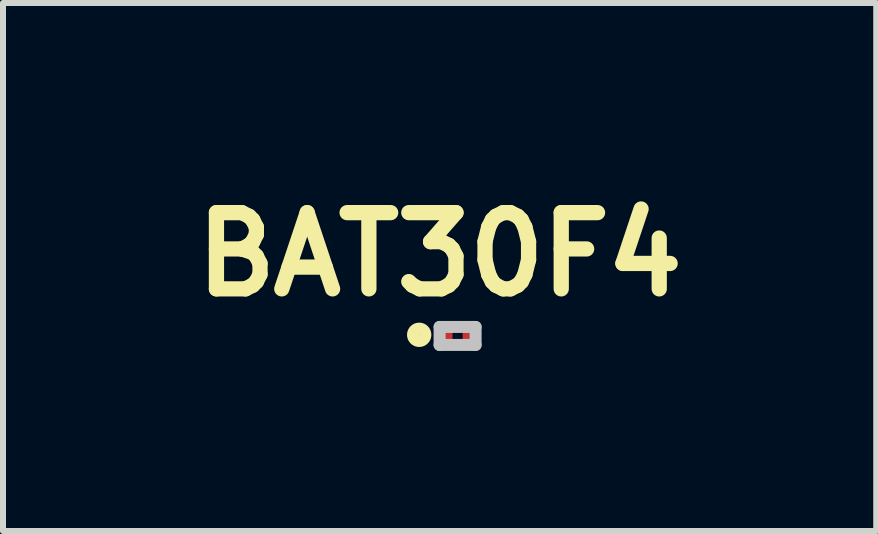
<source format=kicad_pcb>
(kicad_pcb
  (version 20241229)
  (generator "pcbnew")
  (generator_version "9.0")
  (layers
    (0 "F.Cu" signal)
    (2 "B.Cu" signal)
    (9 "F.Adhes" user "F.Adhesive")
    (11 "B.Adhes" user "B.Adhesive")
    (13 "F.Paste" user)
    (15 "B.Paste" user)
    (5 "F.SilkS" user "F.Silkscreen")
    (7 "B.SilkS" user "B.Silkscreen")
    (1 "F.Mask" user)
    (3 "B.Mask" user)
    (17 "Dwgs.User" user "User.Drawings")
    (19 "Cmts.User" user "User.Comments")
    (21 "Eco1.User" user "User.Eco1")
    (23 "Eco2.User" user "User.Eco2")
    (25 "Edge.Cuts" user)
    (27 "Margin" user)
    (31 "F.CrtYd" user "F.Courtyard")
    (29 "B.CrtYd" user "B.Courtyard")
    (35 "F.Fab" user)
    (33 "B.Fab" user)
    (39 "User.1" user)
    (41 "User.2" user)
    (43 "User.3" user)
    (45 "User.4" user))
  (footprint "BAT30F4"
    (layer "F.Cu")
    (at 4.575 2.548)
    (property "Reference" "BAT30F4" (at -0.299 -1.359 0) (layer "F.SilkS") (effects (font (size 1.27 1.27) (thickness 0.254))))
    (attr smd)
    (fp_circle (center -0.64 -0.019) (end -0.64 -0.016) (stroke (width 0.2) (type solid)) (fill no) (layer "F.SilkS"))
    (fp_line (start -0.3 -0.15) (end 0.3 -0.15) (stroke (width 0.2) (type solid)) (layer "Dwgs.User"))
    (fp_line (start -0.3 0.15) (end -0.3 -0.15) (stroke (width 0.2) (type solid)) (layer "Dwgs.User"))
    (fp_line (start 0.3 -0.15) (end 0.3 0.15) (stroke (width 0.2) (type solid)) (layer "Dwgs.User"))
    (fp_line (start 0.3 0.15) (end -0.3 0.15) (stroke (width 0.2) (type solid)) (layer "Dwgs.User"))
    (pad "1" smd rect (at -0.206 0) (size 0.243 0.3) (layers "F.Cu" "F.Paste"))
    (pad "2" smd rect (at 0.206 0) (size 0.243 0.3) (layers "F.Cu" "F.Paste")))
  (gr_rect
    (start -3 -3)
    (end 11.551 5.798)
    (stroke (width 0.1) (type default))
    (fill no)
    (layer "Edge.Cuts")))
</source>
